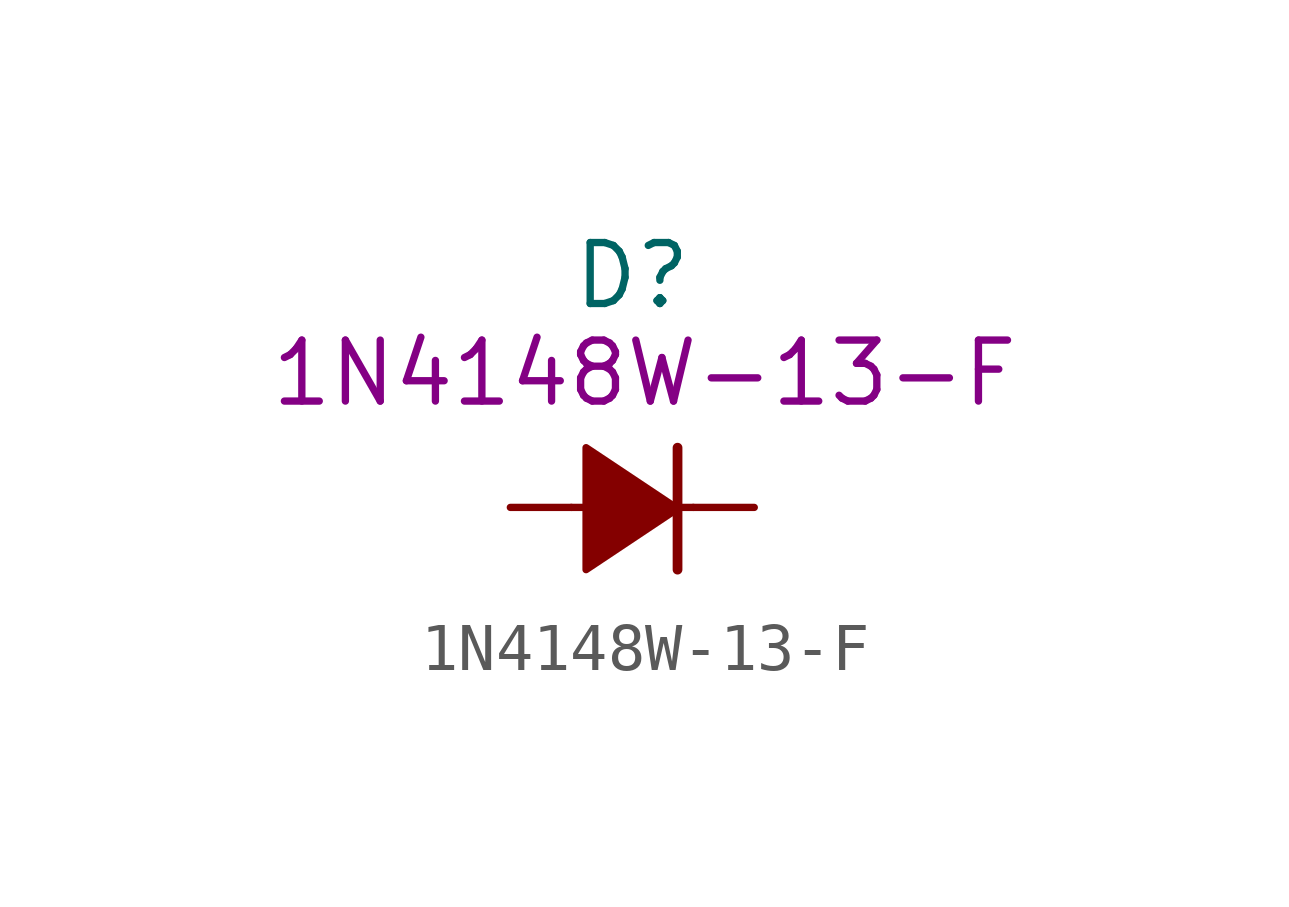
<source format=kicad_sym>
(kicad_symbol_lib
  (version 20231120)
  (generator "kicad_symbol_editor")
  (generator_version "8.0")
  (symbol "1N4148W-13-F"
    (pin_numbers hide)
    (pin_names hide)
    (property "Reference" "D"
      (at 2.54 4.826 0)
      (effects (font (size 1.27 1.27))))
    (property "Value" ""
      (at 0 5.08 0)
      (effects (font (size 1.27 1.27))))
    (property "MPN" "1N4148W-13-F"
      (at 2.794 2.794 0)
      (effects (font (size 1.27 1.27))))
    (symbol "1N4148W-13-F_0_1"
      (polyline (pts (xy 1.27 0) (xy 3.81 0)) (stroke (width 0) (type default)) (fill (type none)))
      (polyline (pts (xy 3.482 -1.296) (xy 3.482 1.244)) (stroke (width 0.203) (type default)) (fill (type none)))
      (polyline (pts (xy 1.577 1.244) (xy 1.577 -1.296) (xy 3.482 -0.026) (xy 1.577 1.244)) (stroke (width 0) (type default)) (fill (type outline))))
    (symbol "1N4148W-13-F_1_1"
      (pin passive line (at 5.08 0 180) (length 1.27) (name "" (effects (font (size 1.27 1.27)))) (number "1" (effects (font (size 1.27 1.27)))))
      (pin passive line (at 0 0 0) (length 1.27) (name "" (effects (font (size 1.27 1.27)))) (number "2" (effects (font (size 1.27 1.27))))))))
</source>
